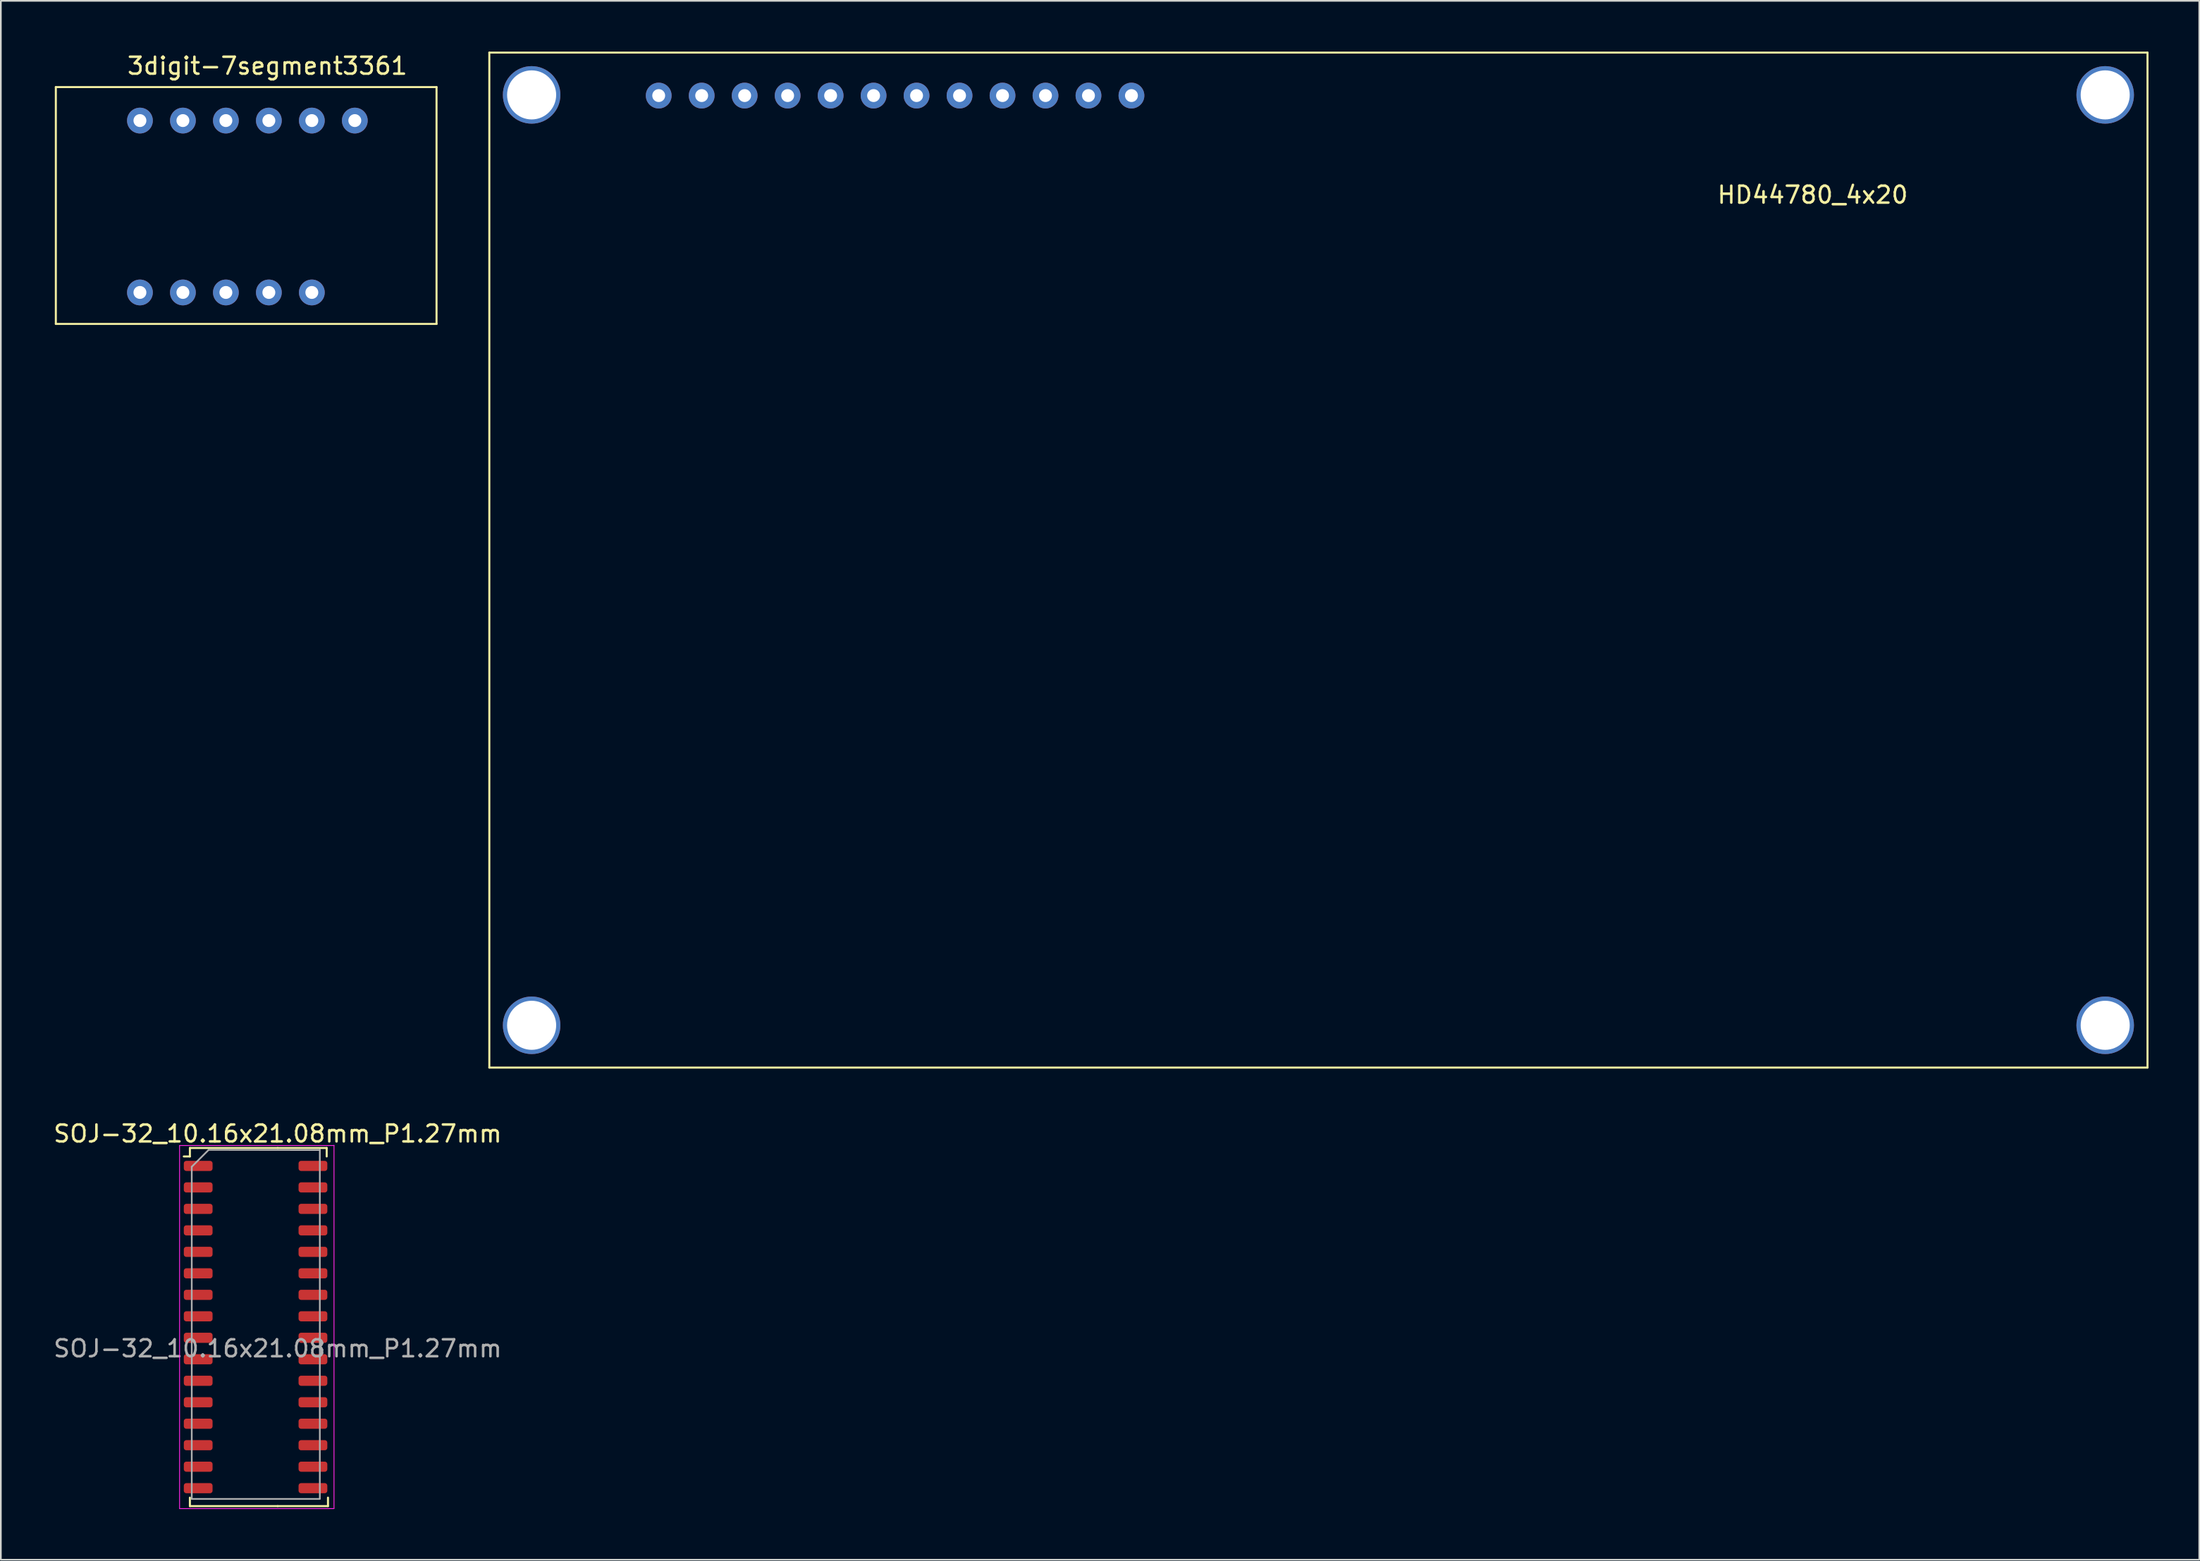
<source format=kicad_pcb>
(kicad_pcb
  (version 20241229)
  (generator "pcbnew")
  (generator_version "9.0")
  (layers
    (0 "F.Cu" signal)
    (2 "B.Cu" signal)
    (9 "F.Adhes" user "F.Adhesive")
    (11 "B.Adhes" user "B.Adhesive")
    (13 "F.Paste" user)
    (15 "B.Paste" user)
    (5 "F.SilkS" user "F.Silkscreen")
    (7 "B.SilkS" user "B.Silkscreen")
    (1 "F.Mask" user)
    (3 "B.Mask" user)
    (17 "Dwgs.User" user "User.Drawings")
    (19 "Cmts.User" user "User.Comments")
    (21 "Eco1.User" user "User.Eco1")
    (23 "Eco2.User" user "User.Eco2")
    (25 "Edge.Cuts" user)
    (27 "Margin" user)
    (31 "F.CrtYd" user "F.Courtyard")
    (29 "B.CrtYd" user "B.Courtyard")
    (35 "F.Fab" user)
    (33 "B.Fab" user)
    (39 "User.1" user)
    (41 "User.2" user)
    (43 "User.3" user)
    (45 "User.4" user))
  (footprint "3digit-7segment3361"
    (layer "F.Cu")
    (at 0.25 2.098)
    (property "Reference" "3digit-7segment3361" (at 12.5 -1.25 0) (layer "F.SilkS") (effects (font (size 1 1) (thickness 0.15))))
    (attr through_hole)
    (fp_line (start 0 0) (end 0 14) (stroke (width 0.12) (type solid)) (layer "F.SilkS"))
    (fp_line (start 0 14) (end 22.5 14) (stroke (width 0.12) (type solid)) (layer "F.SilkS"))
    (fp_line (start 22.5 0) (end 0 0) (stroke (width 0.12) (type solid)) (layer "F.SilkS"))
    (fp_line (start 22.5 14) (end 22.5 0) (stroke (width 0.12) (type solid)) (layer "F.SilkS"))
    (pad "1" thru_hole circle (at 4.97 12.14) (size 1.524 1.524) (drill 0.762) (layers "*.Cu" "*.Mask"))
    (pad "2" thru_hole circle (at 7.51 12.14) (size 1.524 1.524) (drill 0.762) (layers "*.Cu" "*.Mask"))
    (pad "3" thru_hole circle (at 10.05 12.14) (size 1.524 1.524) (drill 0.762) (layers "*.Cu" "*.Mask"))
    (pad "4" thru_hole circle (at 12.59 12.14) (size 1.524 1.524) (drill 0.762) (layers "*.Cu" "*.Mask"))
    (pad "5" thru_hole circle (at 15.13 12.14) (size 1.524 1.524) (drill 0.762) (layers "*.Cu" "*.Mask"))
    (pad "7" thru_hole circle (at 17.67 1.98) (size 1.524 1.524) (drill 0.762) (layers "*.Cu" "*.Mask"))
    (pad "8" thru_hole circle (at 15.13 1.98) (size 1.524 1.524) (drill 0.762) (layers "*.Cu" "*.Mask"))
    (pad "9" thru_hole circle (at 12.59 1.98) (size 1.524 1.524) (drill 0.762) (layers "*.Cu" "*.Mask"))
    (pad "10" thru_hole circle (at 10.05 1.98) (size 1.524 1.524) (drill 0.762) (layers "*.Cu" "*.Mask"))
    (pad "11" thru_hole circle (at 7.51 1.98) (size 1.524 1.524) (drill 0.762) (layers "*.Cu" "*.Mask"))
    (pad "12" thru_hole circle (at 4.97 1.98) (size 1.524 1.524) (drill 0.762) (layers "*.Cu" "*.Mask")))
  (footprint "HD44780_4x20"
    (layer "F.Cu")
    (at 74.87 30.06)
    (property "Reference" "HD44780_4x20" (at 29.21 -21.59 0) (layer "F.SilkS") (effects (font (size 1 1) (thickness 0.15))))
    (attr through_hole)
    (fp_line (start -49 -30) (end -49 30) (stroke (width 0.12) (type solid)) (layer "F.SilkS"))
    (fp_line (start -49 30) (end 49 30) (stroke (width 0.12) (type solid)) (layer "F.SilkS"))
    (fp_line (start 49 -30) (end -49 -30) (stroke (width 0.12) (type solid)) (layer "F.SilkS"))
    (fp_line (start 49 30) (end 49 -30) (stroke (width 0.12) (type solid)) (layer "F.SilkS"))
    (pad "" np_thru_hole circle (at -46.5 -27.5) (size 3.4 3.4) (drill 2.9) (layers "*.Cu" "*.Mask"))
    (pad "" np_thru_hole circle (at -46.5 27.5) (size 3.4 3.4) (drill 2.9) (layers "*.Cu" "*.Mask"))
    (pad "" np_thru_hole circle (at 46.5 -27.5) (size 3.4 3.4) (drill 2.9) (layers "*.Cu" "*.Mask"))
    (pad "" np_thru_hole circle (at 46.5 27.5) (size 3.4 3.4) (drill 2.9) (layers "*.Cu" "*.Mask"))
    (pad "1" thru_hole circle (at -38.99 -27.46) (size 1.524 1.524) (drill 0.762) (layers "*.Cu" "*.Mask"))
    (pad "2" thru_hole circle (at -36.45 -27.46) (size 1.524 1.524) (drill 0.762) (layers "*.Cu" "*.Mask"))
    (pad "3" thru_hole circle (at -33.91 -27.46) (size 1.524 1.524) (drill 0.762) (layers "*.Cu" "*.Mask"))
    (pad "4" thru_hole circle (at -31.37 -27.46) (size 1.524 1.524) (drill 0.762) (layers "*.Cu" "*.Mask"))
    (pad "5" thru_hole circle (at -28.83 -27.46) (size 1.524 1.524) (drill 0.762) (layers "*.Cu" "*.Mask"))
    (pad "6" thru_hole circle (at -26.29 -27.46) (size 1.524 1.524) (drill 0.762) (layers "*.Cu" "*.Mask"))
    (pad "11" thru_hole circle (at -23.75 -27.46) (size 1.524 1.524) (drill 0.762) (layers "*.Cu" "*.Mask"))
    (pad "12" thru_hole circle (at -21.21 -27.46) (size 1.524 1.524) (drill 0.762) (layers "*.Cu" "*.Mask"))
    (pad "13" thru_hole circle (at -18.67 -27.46) (size 1.524 1.524) (drill 0.762) (layers "*.Cu" "*.Mask"))
    (pad "14" thru_hole circle (at -16.13 -27.46) (size 1.524 1.524) (drill 0.762) (layers "*.Cu" "*.Mask"))
    (pad "15" thru_hole circle (at -13.59 -27.46) (size 1.524 1.524) (drill 0.762) (layers "*.Cu" "*.Mask"))
    (pad "16" thru_hole circle (at -11.05 -27.46) (size 1.524 1.524) (drill 0.762) (layers "*.Cu" "*.Mask")))
  (footprint "SOJ-32_10.16x21.08mm_P1.27mm"
    (layer "F.Cu")
    (at 16.943 73.569)
    (property "Reference" "SOJ-32_10.16x21.08mm_P1.27mm" (at -3.58 -9.601 0) (layer "F.SilkS") (effects (font (size 1 1) (thickness 0.15))))
    (attr smd)
    (fp_line (start -8.77 -8.756) (end -8.77 -8.256) (stroke (width 0.12) (type solid)) (layer "F.SilkS"))
    (fp_line (start -8.77 -8.256) (end -9.13 -8.256) (stroke (width 0.12) (type solid)) (layer "F.SilkS"))
    (fp_line (start -8.77 12.414) (end -8.77 11.914) (stroke (width 0.12) (type solid)) (layer "F.SilkS"))
    (fp_line (start -3.58 -8.756) (end -8.77 -8.756) (stroke (width 0.12) (type solid)) (layer "F.SilkS"))
    (fp_line (start -3.58 -8.756) (end -0.685 -8.756) (stroke (width 0.12) (type solid)) (layer "F.SilkS"))
    (fp_line (start -3.58 12.414) (end -8.77 12.414) (stroke (width 0.12) (type solid)) (layer "F.SilkS"))
    (fp_line (start -3.58 12.414) (end -0.609 12.414) (stroke (width 0.12) (type solid)) (layer "F.SilkS"))
    (fp_line (start -0.685 -8.756) (end -0.685 -8.256) (stroke (width 0.12) (type solid)) (layer "F.SilkS"))
    (fp_line (start -0.609 12.414) (end -0.609 11.914) (stroke (width 0.12) (type solid)) (layer "F.SilkS"))
    (fp_line (start -9.38 12.559) (end -0.253 12.559) (stroke (width 0.05) (type solid)) (layer "F.CrtYd"))
    (fp_line (start -9.38 -8.901) (end -9.38 12.559) (stroke (width 0.05) (type solid)) (layer "F.CrtYd"))
    (fp_line (start -0.253 -8.901) (end -9.38 -8.901) (stroke (width 0.05) (type solid)) (layer "F.CrtYd"))
    (fp_line (start -0.253 12.545) (end -0.253 -8.915) (stroke (width 0.05) (type solid)) (layer "F.CrtYd"))
    (fp_line (start -8.66 -7.646) (end -7.66 -8.646) (stroke (width 0.1) (type solid)) (layer "F.Fab"))
    (fp_line (start -8.66 11.989) (end -8.66 -7.646) (stroke (width 0.1) (type solid)) (layer "F.Fab"))
    (fp_line (start -7.66 -8.646) (end -1.091 -8.636) (stroke (width 0.1) (type solid)) (layer "F.Fab"))
    (fp_line (start -1.091 -8.666) (end -1.091 11.969) (stroke (width 0.1) (type solid)) (layer "F.Fab"))
    (fp_line (start -1.091 11.989) (end -8.66 11.989) (stroke (width 0.1) (type solid)) (layer "F.Fab"))
    (fp_text user "${REFERENCE}" (at -3.58 3.099 0) (layer "F.Fab") (effects (font (size 1 1) (thickness 0.15))))
    (pad "1" smd roundrect (at -8.28 -7.696) (size 1.7 0.6) (layers "F.Cu" "F.Mask" "F.Paste") (roundrect_rratio 0.25))
    (pad "2" smd roundrect (at -8.28 -6.426) (size 1.7 0.6) (layers "F.Cu" "F.Mask" "F.Paste") (roundrect_rratio 0.25))
    (pad "3" smd roundrect (at -8.28 -5.156) (size 1.7 0.6) (layers "F.Cu" "F.Mask" "F.Paste") (roundrect_rratio 0.25))
    (pad "4" smd roundrect (at -8.28 -3.886) (size 1.7 0.6) (layers "F.Cu" "F.Mask" "F.Paste") (roundrect_rratio 0.25))
    (pad "5" smd roundrect (at -8.28 -2.616) (size 1.7 0.6) (layers "F.Cu" "F.Mask" "F.Paste") (roundrect_rratio 0.25))
    (pad "6" smd roundrect (at -8.28 -1.346) (size 1.7 0.6) (layers "F.Cu" "F.Mask" "F.Paste") (roundrect_rratio 0.25))
    (pad "7" smd roundrect (at -8.28 -0.076) (size 1.7 0.6) (layers "F.Cu" "F.Mask" "F.Paste") (roundrect_rratio 0.25))
    (pad "8" smd roundrect (at -8.28 1.194) (size 1.7 0.6) (layers "F.Cu" "F.Mask" "F.Paste") (roundrect_rratio 0.25))
    (pad "9" smd roundrect (at -8.28 2.464) (size 1.7 0.6) (layers "F.Cu" "F.Mask" "F.Paste") (roundrect_rratio 0.25))
    (pad "10" smd roundrect (at -8.28 3.734) (size 1.7 0.6) (layers "F.Cu" "F.Mask" "F.Paste") (roundrect_rratio 0.25))
    (pad "11" smd roundrect (at -8.28 5.004) (size 1.7 0.6) (layers "F.Cu" "F.Mask" "F.Paste") (roundrect_rratio 0.25))
    (pad "12" smd roundrect (at -8.28 6.274) (size 1.7 0.6) (layers "F.Cu" "F.Mask" "F.Paste") (roundrect_rratio 0.25))
    (pad "13" smd roundrect (at -8.28 7.544) (size 1.7 0.6) (layers "F.Cu" "F.Mask" "F.Paste") (roundrect_rratio 0.25))
    (pad "14" smd roundrect (at -8.28 8.814) (size 1.7 0.6) (layers "F.Cu" "F.Mask" "F.Paste") (roundrect_rratio 0.25))
    (pad "15" smd roundrect (at -8.28 10.084) (size 1.7 0.6) (layers "F.Cu" "F.Mask" "F.Paste") (roundrect_rratio 0.25))
    (pad "16" smd roundrect (at -8.28 11.354) (size 1.7 0.6) (layers "F.Cu" "F.Mask" "F.Paste") (roundrect_rratio 0.25))
    (pad "17" smd roundrect (at -1.498 11.354) (size 1.7 0.6) (layers "F.Cu" "F.Mask" "F.Paste") (roundrect_rratio 0.25))
    (pad "18" smd roundrect (at -1.498 10.084) (size 1.7 0.6) (layers "F.Cu" "F.Mask" "F.Paste") (roundrect_rratio 0.25))
    (pad "19" smd roundrect (at -1.498 8.814) (size 1.7 0.6) (layers "F.Cu" "F.Mask" "F.Paste") (roundrect_rratio 0.25))
    (pad "20" smd roundrect (at -1.498 7.544) (size 1.7 0.6) (layers "F.Cu" "F.Mask" "F.Paste") (roundrect_rratio 0.25))
    (pad "21" smd roundrect (at -1.498 6.274) (size 1.7 0.6) (layers "F.Cu" "F.Mask" "F.Paste") (roundrect_rratio 0.25))
    (pad "22" smd roundrect (at -1.498 5.004) (size 1.7 0.6) (layers "F.Cu" "F.Mask" "F.Paste") (roundrect_rratio 0.25))
    (pad "23" smd roundrect (at -1.498 3.734) (size 1.7 0.6) (layers "F.Cu" "F.Mask" "F.Paste") (roundrect_rratio 0.25))
    (pad "24" smd roundrect (at -1.498 2.464) (size 1.7 0.6) (layers "F.Cu" "F.Mask" "F.Paste") (roundrect_rratio 0.25))
    (pad "25" smd roundrect (at -1.498 1.194) (size 1.7 0.6) (layers "F.Cu" "F.Mask" "F.Paste") (roundrect_rratio 0.25))
    (pad "26" smd roundrect (at -1.498 -0.076) (size 1.7 0.6) (layers "F.Cu" "F.Mask" "F.Paste") (roundrect_rratio 0.25))
    (pad "27" smd roundrect (at -1.498 -1.346) (size 1.7 0.6) (layers "F.Cu" "F.Mask" "F.Paste") (roundrect_rratio 0.25))
    (pad "28" smd roundrect (at -1.498 -2.616) (size 1.7 0.6) (layers "F.Cu" "F.Mask" "F.Paste") (roundrect_rratio 0.25))
    (pad "29" smd roundrect (at -1.498 -3.886) (size 1.7 0.6) (layers "F.Cu" "F.Mask" "F.Paste") (roundrect_rratio 0.25))
    (pad "30" smd roundrect (at -1.498 -5.156) (size 1.7 0.6) (layers "F.Cu" "F.Mask" "F.Paste") (roundrect_rratio 0.25))
    (pad "31" smd roundrect (at -1.498 -6.426) (size 1.7 0.6) (layers "F.Cu" "F.Mask" "F.Paste") (roundrect_rratio 0.25))
    (pad "32" smd roundrect (at -1.498 -7.696) (size 1.7 0.6) (layers "F.Cu" "F.Mask" "F.Paste") (roundrect_rratio 0.25)))
  (gr_rect
    (start -3 -3)
    (end 126.93 89.153)
    (stroke (width 0.1) (type default))
    (fill no)
    (layer "Edge.Cuts")))
</source>
